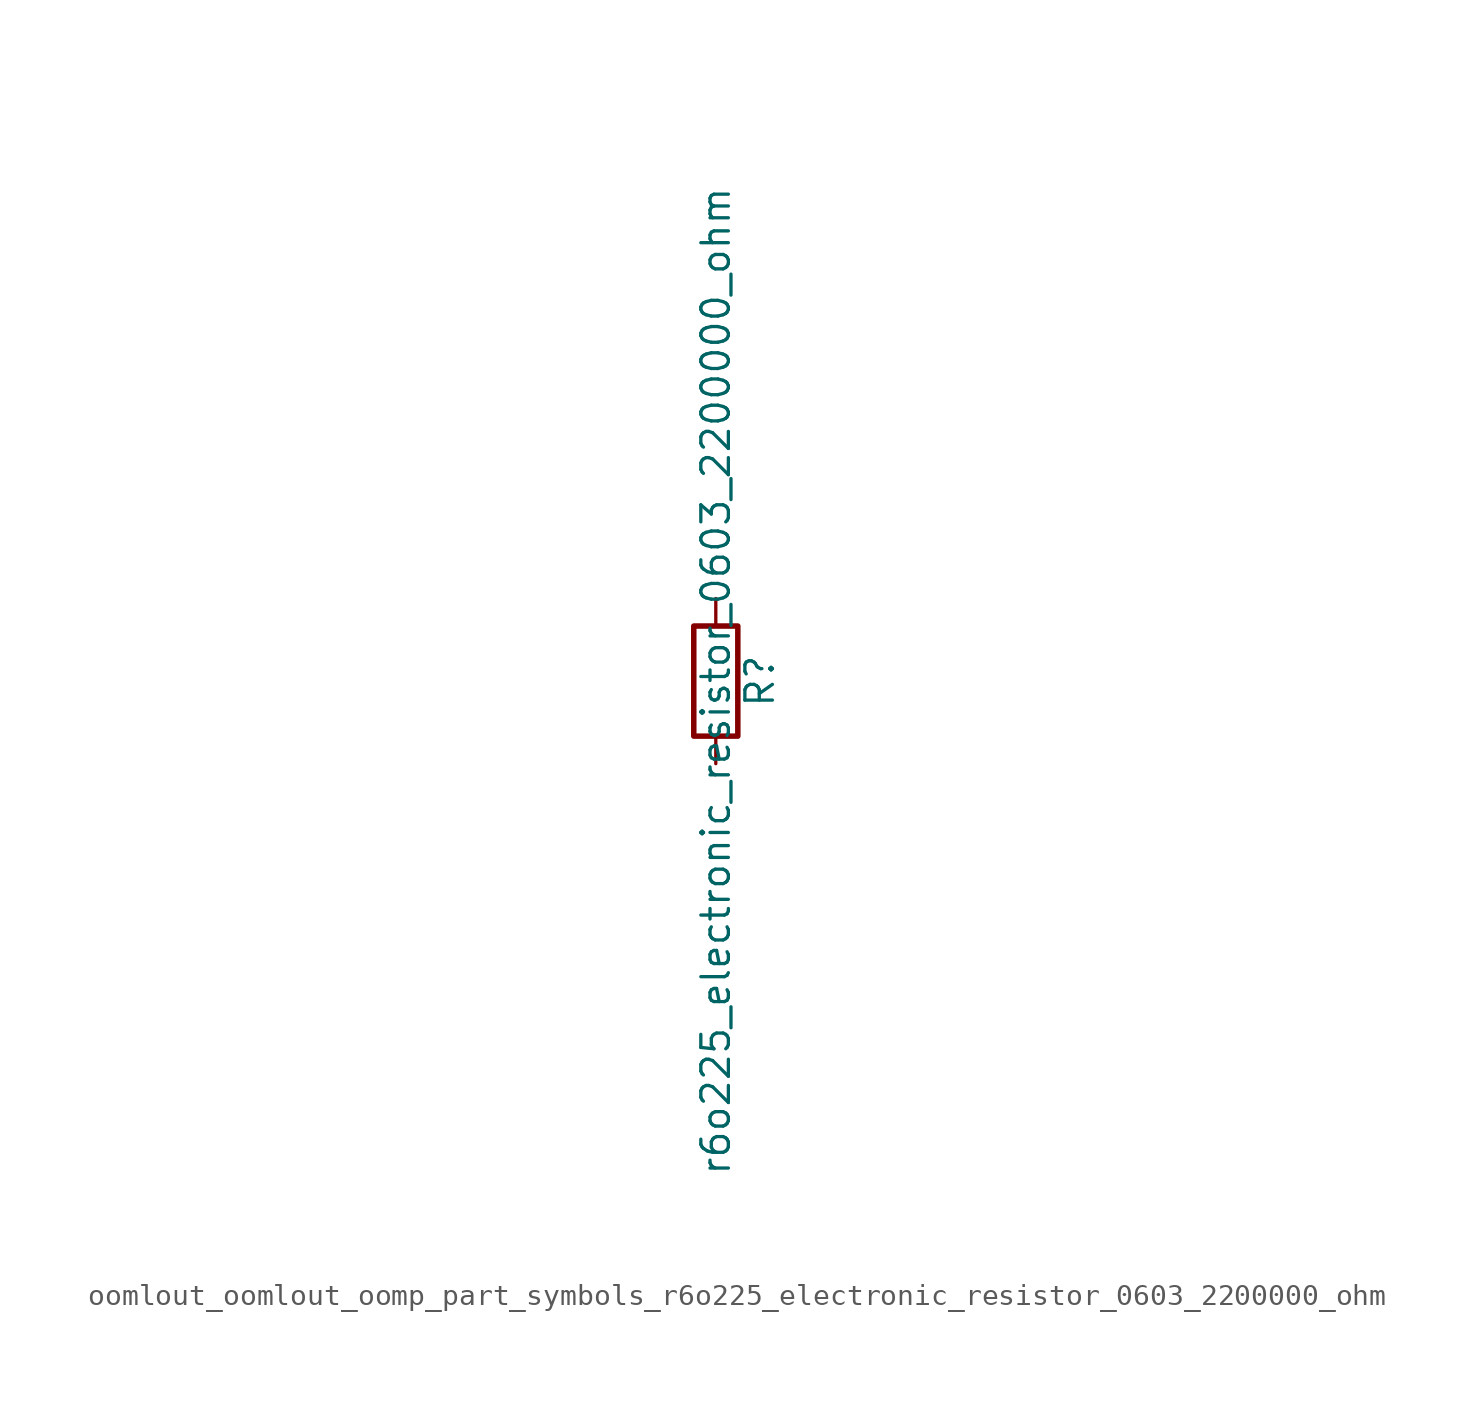
<source format=kicad_sym>
(kicad_symbol_lib
  (version 20220914)
  (generator kicad_symbol_editor)
  (symbol "oomlout_oomlout_oomp_part_symbols_r6o225_electronic_resistor_0603_2200000_ohm"
    (pin_numbers hide)
    (pin_names
      (offset 0))
    (property "Reference" "R"
      (at 2.032 0 90)
      (effects (font (size 1.27 1.27))))
    (property "Value" "r6o225_electronic_resistor_0603_2200000_ohm"
      (at 0 0 90)
      (effects (font (size 1.27 1.27))))
    (symbol "oomlout_oomlout_oomp_part_symbols_r6o225_electronic_resistor_0603_2200000_ohm_0_1"
      (rectangle (start -1.016 -2.54) (end 1.016 2.54) (stroke (width 0.254) (type default)) (fill (type none))))
    (symbol "oomlout_oomlout_oomp_part_symbols_r6o225_electronic_resistor_0603_2200000_ohm_1_1"
      (pin passive line (at 0 3.81 270) (length 1.27) (name "~" (effects (font (size 1.27 1.27)))) (number "1" (effects (font (size 1.27 1.27)))))
      (pin passive line (at 0 -3.81 90) (length 1.27) (name "~" (effects (font (size 1.27 1.27)))) (number "2" (effects (font (size 1.27 1.27))))))))
</source>
